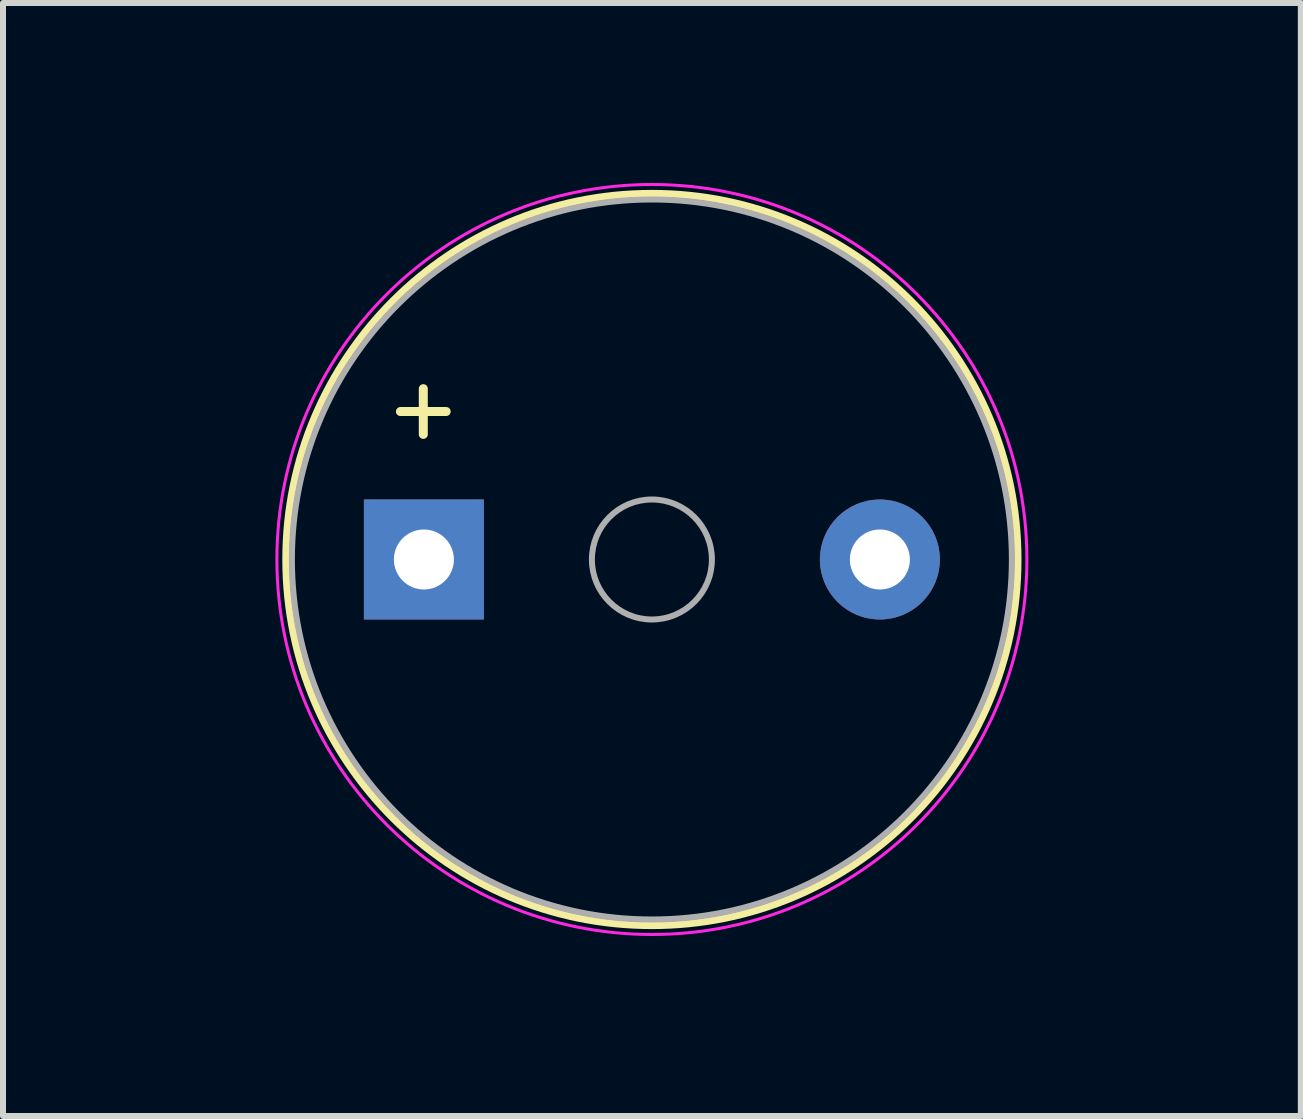
<source format=kicad_pcb>
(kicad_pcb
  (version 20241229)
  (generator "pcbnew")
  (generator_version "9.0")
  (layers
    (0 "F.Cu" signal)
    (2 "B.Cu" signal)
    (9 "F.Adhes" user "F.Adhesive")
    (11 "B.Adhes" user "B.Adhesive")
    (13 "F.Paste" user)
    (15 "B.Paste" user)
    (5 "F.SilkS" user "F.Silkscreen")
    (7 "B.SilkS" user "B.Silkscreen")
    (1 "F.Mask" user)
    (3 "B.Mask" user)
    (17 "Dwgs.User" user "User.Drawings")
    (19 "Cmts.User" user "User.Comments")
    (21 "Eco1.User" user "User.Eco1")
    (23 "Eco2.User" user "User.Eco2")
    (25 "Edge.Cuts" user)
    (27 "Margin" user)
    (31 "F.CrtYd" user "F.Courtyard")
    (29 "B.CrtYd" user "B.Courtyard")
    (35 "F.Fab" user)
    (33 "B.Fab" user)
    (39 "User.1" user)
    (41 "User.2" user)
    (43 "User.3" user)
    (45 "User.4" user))
  (footprint "Buzzer_12x9.5RM7.6"
    (layer "F.Cu")
    (at 4.015 6.275)
    (property "Reference" "Buzzer_12x9.5RM7.6" (at 11.5 -4.35 0) (layer "User.7") (effects (font (size 1 1) (thickness 0.15))))
    (attr through_hole)
    (fp_circle (center 3.8 0) (end 9.9 0) (stroke (width 0.12) (type solid)) (fill no) (layer "F.SilkS"))
    (fp_circle (center 3.8 0) (end 10.05 0) (stroke (width 0.05) (type solid)) (fill no) (layer "F.CrtYd"))
    (fp_circle (center 3.8 0) (end 4.8 0) (stroke (width 0.1) (type solid)) (fill no) (layer "F.Fab"))
    (fp_circle (center 3.8 0) (end 9.8 0) (stroke (width 0.1) (type solid)) (fill no) (layer "F.Fab"))
    (fp_text user "+" (at -0.01 -2.54 0) (layer "F.SilkS") (effects (font (size 1 1) (thickness 0.15))))
    (fp_text user "+" (at -0.01 -2.54 0) (layer "User.3") (effects (font (size 1 1) (thickness 0.15))))
    (fp_text user "${REFERENCE}" (at 3.8 -4 0) (layer "User.3") (effects (font (size 1 1) (thickness 0.15))))
    (pad "1" thru_hole rect (at 0 0) (size 2 2) (drill 1) (layers "*.Cu" "*.Mask"))
    (pad "2" thru_hole circle (at 7.6 0) (size 2 2) (drill 1) (layers "*.Cu" "*.Mask")))
  (gr_rect
    (start -3 -3)
    (end 18.631 15.55)
    (stroke (width 0.1) (type default))
    (fill no)
    (layer "Edge.Cuts")))
</source>
